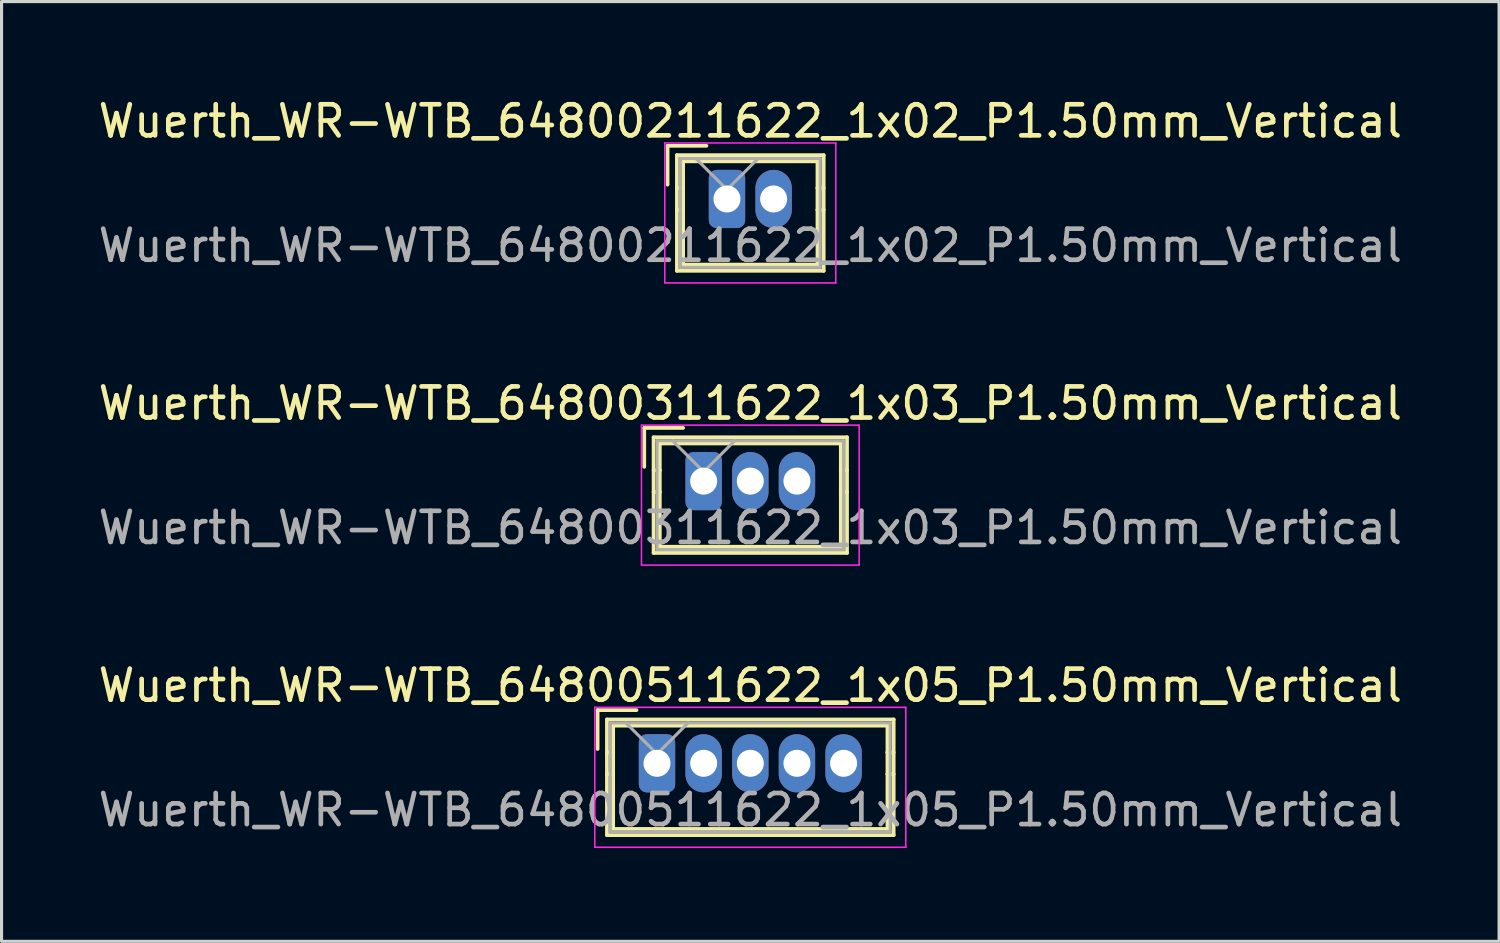
<source format=kicad_pcb>
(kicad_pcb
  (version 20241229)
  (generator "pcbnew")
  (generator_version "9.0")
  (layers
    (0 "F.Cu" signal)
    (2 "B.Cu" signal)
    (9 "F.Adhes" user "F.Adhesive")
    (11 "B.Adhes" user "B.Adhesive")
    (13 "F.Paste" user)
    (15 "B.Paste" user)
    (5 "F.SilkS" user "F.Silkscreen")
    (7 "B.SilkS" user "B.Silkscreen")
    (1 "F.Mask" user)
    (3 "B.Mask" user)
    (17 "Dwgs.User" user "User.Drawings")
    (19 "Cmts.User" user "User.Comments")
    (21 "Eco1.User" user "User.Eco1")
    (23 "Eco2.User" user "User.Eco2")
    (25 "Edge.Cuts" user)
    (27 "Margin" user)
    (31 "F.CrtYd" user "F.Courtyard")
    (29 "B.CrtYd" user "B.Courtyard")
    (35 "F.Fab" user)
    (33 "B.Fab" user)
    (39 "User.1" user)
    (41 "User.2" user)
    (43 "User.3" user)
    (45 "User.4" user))
  (footprint "Wuerth_WR-WTB_64800211622_1x02_P1.50mm_Vertical"
    (layer "F.Cu")
    (at 20.327 3.348)
    (property "Reference" "Wuerth_WR-WTB_64800211622_1x02_P1.50mm_Vertical" (at 0.75 -2.5 0) (layer "F.SilkS") (effects (font (size 1 1) (thickness 0.15))))
    (attr through_hole)
    (fp_line (start -1.91 -1.71) (end -1.91 -0.46) (stroke (width 0.12) (type solid)) (layer "F.SilkS"))
    (fp_line (start -1.61 -1.41) (end -1.61 2.31) (stroke (width 0.12) (type solid)) (layer "F.SilkS"))
    (fp_line (start -1.61 -0.35) (end -1.41 -0.35) (stroke (width 0.12) (type solid)) (layer "F.SilkS"))
    (fp_line (start -1.61 2.31) (end 3.11 2.31) (stroke (width 0.12) (type solid)) (layer "F.SilkS"))
    (fp_line (start -1.41 -1.21) (end 2.91 -1.21) (stroke (width 0.12) (type solid)) (layer "F.SilkS"))
    (fp_line (start -1.41 -0.35) (end -1.41 -1.21) (stroke (width 0.12) (type solid)) (layer "F.SilkS"))
    (fp_line (start -1.41 -0.35) (end -1.41 0.35) (stroke (width 0.12) (type solid)) (layer "F.SilkS"))
    (fp_line (start -1.41 0.35) (end -1.61 0.35) (stroke (width 0.12) (type solid)) (layer "F.SilkS"))
    (fp_line (start -1.41 0.35) (end -1.41 2.11) (stroke (width 0.12) (type solid)) (layer "F.SilkS"))
    (fp_line (start -1.41 2.11) (end 2.91 2.11) (stroke (width 0.12) (type solid)) (layer "F.SilkS"))
    (fp_line (start -0.66 -1.71) (end -1.91 -1.71) (stroke (width 0.12) (type solid)) (layer "F.SilkS"))
    (fp_line (start 2.91 -1.21) (end 2.91 -0.35) (stroke (width 0.12) (type solid)) (layer "F.SilkS"))
    (fp_line (start 2.91 -0.35) (end 2.91 0.35) (stroke (width 0.12) (type solid)) (layer "F.SilkS"))
    (fp_line (start 2.91 -0.35) (end 3.11 -0.35) (stroke (width 0.12) (type solid)) (layer "F.SilkS"))
    (fp_line (start 2.91 0.35) (end 3.11 0.35) (stroke (width 0.12) (type solid)) (layer "F.SilkS"))
    (fp_line (start 2.91 2.11) (end 2.91 0.35) (stroke (width 0.12) (type solid)) (layer "F.SilkS"))
    (fp_line (start 3.11 -1.41) (end -1.61 -1.41) (stroke (width 0.12) (type solid)) (layer "F.SilkS"))
    (fp_line (start 3.11 2.31) (end 3.11 -1.41) (stroke (width 0.12) (type solid)) (layer "F.SilkS"))
    (fp_line (start -2 -1.8) (end -2 2.7) (stroke (width 0.05) (type solid)) (layer "F.CrtYd"))
    (fp_line (start -2 2.7) (end 3.5 2.7) (stroke (width 0.05) (type solid)) (layer "F.CrtYd"))
    (fp_line (start 3.5 -1.8) (end -2 -1.8) (stroke (width 0.05) (type solid)) (layer "F.CrtYd"))
    (fp_line (start 3.5 2.7) (end 3.5 -1.8) (stroke (width 0.05) (type solid)) (layer "F.CrtYd"))
    (fp_line (start -1.5 -1.3) (end -1.5 2.2) (stroke (width 0.1) (type solid)) (layer "F.Fab"))
    (fp_line (start -1.5 2.2) (end 3 2.2) (stroke (width 0.1) (type solid)) (layer "F.Fab"))
    (fp_line (start -1 -1.3) (end 0 -0.3) (stroke (width 0.1) (type solid)) (layer "F.Fab"))
    (fp_line (start 0 -0.3) (end 1 -1.3) (stroke (width 0.1) (type solid)) (layer "F.Fab"))
    (fp_line (start 3 -1.3) (end -1.5 -1.3) (stroke (width 0.1) (type solid)) (layer "F.Fab"))
    (fp_line (start 3 2.2) (end 3 -1.3) (stroke (width 0.1) (type solid)) (layer "F.Fab"))
    (fp_text user "${REFERENCE}" (at 0.75 1.5 0) (layer "F.Fab") (effects (font (size 1 1) (thickness 0.15))))
    (pad "1" thru_hole roundrect (at 0 0) (size 1.17 1.87) (drill 0.87) (layers "*.Cu" "*.Mask") (roundrect_rratio 0.214))
    (pad "2" thru_hole oval (at 1.5 0) (size 1.17 1.87) (drill 0.87) (layers "*.Cu" "*.Mask")))
  (footprint "Wuerth_WR-WTB_64800511622_1x05_P1.50mm_Vertical"
    (layer "F.Cu")
    (at 18.077 21.495)
    (property "Reference" "Wuerth_WR-WTB_64800511622_1x05_P1.50mm_Vertical" (at 3 -2.5 0) (layer "F.SilkS") (effects (font (size 1 1) (thickness 0.15))))
    (attr through_hole)
    (fp_line (start -1.91 -1.71) (end -1.91 -0.46) (stroke (width 0.12) (type solid)) (layer "F.SilkS"))
    (fp_line (start -1.61 -1.41) (end -1.61 2.31) (stroke (width 0.12) (type solid)) (layer "F.SilkS"))
    (fp_line (start -1.61 -0.35) (end -1.41 -0.35) (stroke (width 0.12) (type solid)) (layer "F.SilkS"))
    (fp_line (start -1.61 2.31) (end 7.61 2.31) (stroke (width 0.12) (type solid)) (layer "F.SilkS"))
    (fp_line (start -1.41 -1.21) (end 7.41 -1.21) (stroke (width 0.12) (type solid)) (layer "F.SilkS"))
    (fp_line (start -1.41 -0.35) (end -1.41 -1.21) (stroke (width 0.12) (type solid)) (layer "F.SilkS"))
    (fp_line (start -1.41 -0.35) (end -1.41 0.35) (stroke (width 0.12) (type solid)) (layer "F.SilkS"))
    (fp_line (start -1.41 0.35) (end -1.61 0.35) (stroke (width 0.12) (type solid)) (layer "F.SilkS"))
    (fp_line (start -1.41 0.35) (end -1.41 2.11) (stroke (width 0.12) (type solid)) (layer "F.SilkS"))
    (fp_line (start -1.41 2.11) (end 7.41 2.11) (stroke (width 0.12) (type solid)) (layer "F.SilkS"))
    (fp_line (start -0.66 -1.71) (end -1.91 -1.71) (stroke (width 0.12) (type solid)) (layer "F.SilkS"))
    (fp_line (start 7.41 -1.21) (end 7.41 -0.35) (stroke (width 0.12) (type solid)) (layer "F.SilkS"))
    (fp_line (start 7.41 -0.35) (end 7.41 0.35) (stroke (width 0.12) (type solid)) (layer "F.SilkS"))
    (fp_line (start 7.41 -0.35) (end 7.61 -0.35) (stroke (width 0.12) (type solid)) (layer "F.SilkS"))
    (fp_line (start 7.41 0.35) (end 7.61 0.35) (stroke (width 0.12) (type solid)) (layer "F.SilkS"))
    (fp_line (start 7.41 2.11) (end 7.41 0.35) (stroke (width 0.12) (type solid)) (layer "F.SilkS"))
    (fp_line (start 7.61 -1.41) (end -1.61 -1.41) (stroke (width 0.12) (type solid)) (layer "F.SilkS"))
    (fp_line (start 7.61 2.31) (end 7.61 -1.41) (stroke (width 0.12) (type solid)) (layer "F.SilkS"))
    (fp_line (start -2 -1.8) (end -2 2.7) (stroke (width 0.05) (type solid)) (layer "F.CrtYd"))
    (fp_line (start -2 2.7) (end 8 2.7) (stroke (width 0.05) (type solid)) (layer "F.CrtYd"))
    (fp_line (start 8 -1.8) (end -2 -1.8) (stroke (width 0.05) (type solid)) (layer "F.CrtYd"))
    (fp_line (start 8 2.7) (end 8 -1.8) (stroke (width 0.05) (type solid)) (layer "F.CrtYd"))
    (fp_line (start -1.5 -1.3) (end -1.5 2.2) (stroke (width 0.1) (type solid)) (layer "F.Fab"))
    (fp_line (start -1.5 2.2) (end 7.5 2.2) (stroke (width 0.1) (type solid)) (layer "F.Fab"))
    (fp_line (start -1 -1.3) (end 0 -0.3) (stroke (width 0.1) (type solid)) (layer "F.Fab"))
    (fp_line (start 0 -0.3) (end 1 -1.3) (stroke (width 0.1) (type solid)) (layer "F.Fab"))
    (fp_line (start 7.5 -1.3) (end -1.5 -1.3) (stroke (width 0.1) (type solid)) (layer "F.Fab"))
    (fp_line (start 7.5 2.2) (end 7.5 -1.3) (stroke (width 0.1) (type solid)) (layer "F.Fab"))
    (fp_text user "${REFERENCE}" (at 3 1.5 0) (layer "F.Fab") (effects (font (size 1 1) (thickness 0.15))))
    (pad "1" thru_hole roundrect (at 0 0) (size 1.17 1.87) (drill 0.87) (layers "*.Cu" "*.Mask") (roundrect_rratio 0.214))
    (pad "2" thru_hole oval (at 1.5 0) (size 1.17 1.87) (drill 0.87) (layers "*.Cu" "*.Mask"))
    (pad "3" thru_hole oval (at 3 0) (size 1.17 1.87) (drill 0.87) (layers "*.Cu" "*.Mask"))
    (pad "4" thru_hole oval (at 4.5 0) (size 1.17 1.87) (drill 0.87) (layers "*.Cu" "*.Mask"))
    (pad "5" thru_hole oval (at 6 0) (size 1.17 1.87) (drill 0.87) (layers "*.Cu" "*.Mask")))
  (footprint "Wuerth_WR-WTB_64800311622_1x03_P1.50mm_Vertical"
    (layer "F.Cu")
    (at 19.577 12.421)
    (property "Reference" "Wuerth_WR-WTB_64800311622_1x03_P1.50mm_Vertical" (at 1.5 -2.5 0) (layer "F.SilkS") (effects (font (size 1 1) (thickness 0.15))))
    (attr through_hole)
    (fp_line (start -1.91 -1.71) (end -1.91 -0.46) (stroke (width 0.12) (type solid)) (layer "F.SilkS"))
    (fp_line (start -1.61 -1.41) (end -1.61 2.31) (stroke (width 0.12) (type solid)) (layer "F.SilkS"))
    (fp_line (start -1.61 -0.35) (end -1.41 -0.35) (stroke (width 0.12) (type solid)) (layer "F.SilkS"))
    (fp_line (start -1.61 2.31) (end 4.61 2.31) (stroke (width 0.12) (type solid)) (layer "F.SilkS"))
    (fp_line (start -1.41 -1.21) (end 4.41 -1.21) (stroke (width 0.12) (type solid)) (layer "F.SilkS"))
    (fp_line (start -1.41 -0.35) (end -1.41 -1.21) (stroke (width 0.12) (type solid)) (layer "F.SilkS"))
    (fp_line (start -1.41 -0.35) (end -1.41 0.35) (stroke (width 0.12) (type solid)) (layer "F.SilkS"))
    (fp_line (start -1.41 0.35) (end -1.61 0.35) (stroke (width 0.12) (type solid)) (layer "F.SilkS"))
    (fp_line (start -1.41 0.35) (end -1.41 2.11) (stroke (width 0.12) (type solid)) (layer "F.SilkS"))
    (fp_line (start -1.41 2.11) (end 4.41 2.11) (stroke (width 0.12) (type solid)) (layer "F.SilkS"))
    (fp_line (start -0.66 -1.71) (end -1.91 -1.71) (stroke (width 0.12) (type solid)) (layer "F.SilkS"))
    (fp_line (start 4.41 -1.21) (end 4.41 -0.35) (stroke (width 0.12) (type solid)) (layer "F.SilkS"))
    (fp_line (start 4.41 -0.35) (end 4.41 0.35) (stroke (width 0.12) (type solid)) (layer "F.SilkS"))
    (fp_line (start 4.41 -0.35) (end 4.61 -0.35) (stroke (width 0.12) (type solid)) (layer "F.SilkS"))
    (fp_line (start 4.41 0.35) (end 4.61 0.35) (stroke (width 0.12) (type solid)) (layer "F.SilkS"))
    (fp_line (start 4.41 2.11) (end 4.41 0.35) (stroke (width 0.12) (type solid)) (layer "F.SilkS"))
    (fp_line (start 4.61 -1.41) (end -1.61 -1.41) (stroke (width 0.12) (type solid)) (layer "F.SilkS"))
    (fp_line (start 4.61 2.31) (end 4.61 -1.41) (stroke (width 0.12) (type solid)) (layer "F.SilkS"))
    (fp_line (start -2 -1.8) (end -2 2.7) (stroke (width 0.05) (type solid)) (layer "F.CrtYd"))
    (fp_line (start -2 2.7) (end 5 2.7) (stroke (width 0.05) (type solid)) (layer "F.CrtYd"))
    (fp_line (start 5 -1.8) (end -2 -1.8) (stroke (width 0.05) (type solid)) (layer "F.CrtYd"))
    (fp_line (start 5 2.7) (end 5 -1.8) (stroke (width 0.05) (type solid)) (layer "F.CrtYd"))
    (fp_line (start -1.5 -1.3) (end -1.5 2.2) (stroke (width 0.1) (type solid)) (layer "F.Fab"))
    (fp_line (start -1.5 2.2) (end 4.5 2.2) (stroke (width 0.1) (type solid)) (layer "F.Fab"))
    (fp_line (start -1 -1.3) (end 0 -0.3) (stroke (width 0.1) (type solid)) (layer "F.Fab"))
    (fp_line (start 0 -0.3) (end 1 -1.3) (stroke (width 0.1) (type solid)) (layer "F.Fab"))
    (fp_line (start 4.5 -1.3) (end -1.5 -1.3) (stroke (width 0.1) (type solid)) (layer "F.Fab"))
    (fp_line (start 4.5 2.2) (end 4.5 -1.3) (stroke (width 0.1) (type solid)) (layer "F.Fab"))
    (fp_text user "${REFERENCE}" (at 1.5 1.5 0) (layer "F.Fab") (effects (font (size 1 1) (thickness 0.15))))
    (pad "1" thru_hole roundrect (at 0 0) (size 1.17 1.87) (drill 0.87) (layers "*.Cu" "*.Mask") (roundrect_rratio 0.214))
    (pad "2" thru_hole oval (at 1.5 0) (size 1.17 1.87) (drill 0.87) (layers "*.Cu" "*.Mask"))
    (pad "3" thru_hole oval (at 3 0) (size 1.17 1.87) (drill 0.87) (layers "*.Cu" "*.Mask")))
  (gr_rect
    (start -3 -3)
    (end 45.155 27.22)
    (stroke (width 0.1) (type default))
    (fill no)
    (layer "Edge.Cuts")))
</source>
